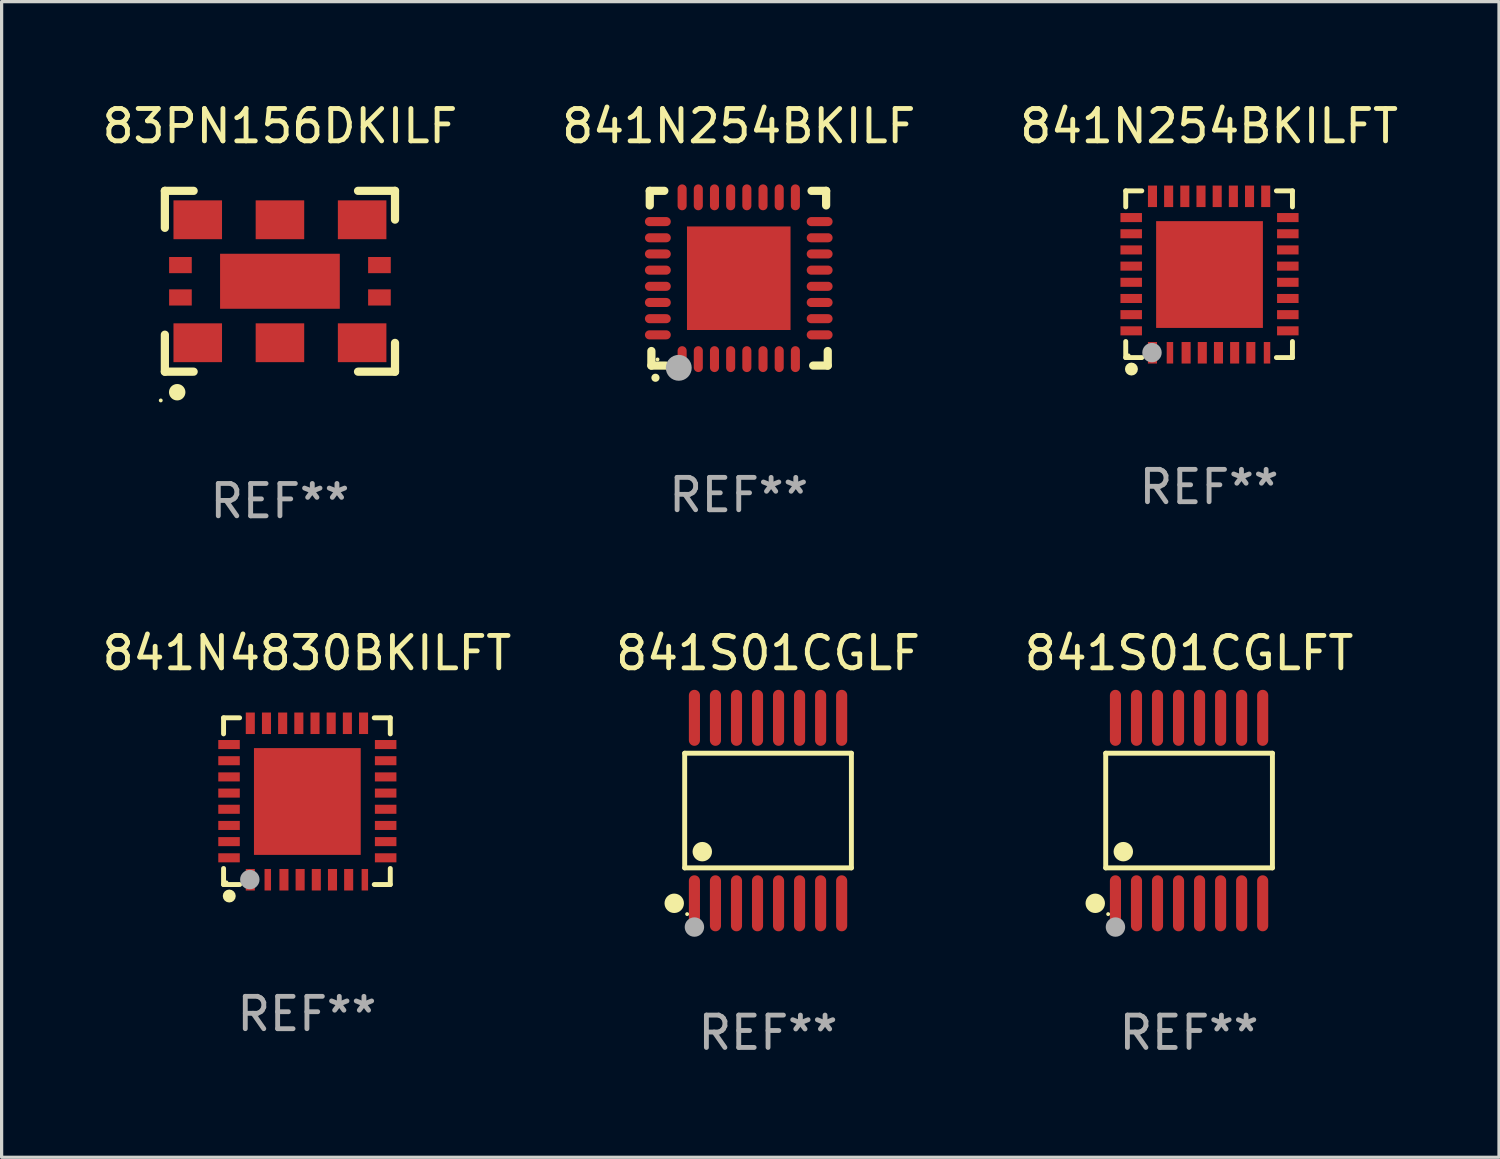
<source format=kicad_pcb>
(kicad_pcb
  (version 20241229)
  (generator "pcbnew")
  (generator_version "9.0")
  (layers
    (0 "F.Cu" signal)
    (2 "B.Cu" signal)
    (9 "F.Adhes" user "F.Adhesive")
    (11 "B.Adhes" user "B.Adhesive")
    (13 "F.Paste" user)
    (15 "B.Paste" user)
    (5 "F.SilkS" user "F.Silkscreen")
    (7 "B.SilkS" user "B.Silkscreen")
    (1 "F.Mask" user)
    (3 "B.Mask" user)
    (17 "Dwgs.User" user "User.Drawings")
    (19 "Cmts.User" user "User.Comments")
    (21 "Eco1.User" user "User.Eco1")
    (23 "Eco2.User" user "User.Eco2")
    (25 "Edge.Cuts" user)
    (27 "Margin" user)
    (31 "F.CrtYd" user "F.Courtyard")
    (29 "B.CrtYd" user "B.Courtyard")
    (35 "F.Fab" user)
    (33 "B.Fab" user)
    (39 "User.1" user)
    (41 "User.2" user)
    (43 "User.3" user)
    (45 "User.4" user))
  (footprint "841N4830BKILFT"
    (layer "F.Cu")
    (at 6.435 21.709)
    (property "Reference" "841N4830BKILFT" (at 0 -4.576 0) (layer "F.SilkS") (effects (font (size 1 1) (thickness 0.15))))
    (attr through_hole)
    (fp_line (start -2.576 -2.576) (end -2.576 -2.08) (stroke (width 0.152) (type solid)) (layer "F.SilkS"))
    (fp_line (start -2.576 2.576) (end -2.576 2.08) (stroke (width 0.152) (type solid)) (layer "F.SilkS"))
    (fp_line (start -2.08 -2.576) (end -2.576 -2.576) (stroke (width 0.152) (type solid)) (layer "F.SilkS"))
    (fp_line (start -2.08 2.576) (end -2.576 2.576) (stroke (width 0.152) (type solid)) (layer "F.SilkS"))
    (fp_line (start 2.08 -2.576) (end 2.576 -2.576) (stroke (width 0.152) (type solid)) (layer "F.SilkS"))
    (fp_line (start 2.08 2.576) (end 2.576 2.576) (stroke (width 0.152) (type solid)) (layer "F.SilkS"))
    (fp_line (start 2.576 -2.576) (end 2.576 -2.08) (stroke (width 0.152) (type solid)) (layer "F.SilkS"))
    (fp_line (start 2.576 2.576) (end 2.576 2.08) (stroke (width 0.152) (type solid)) (layer "F.SilkS"))
    (fp_circle (center -2.487 2.51) (end -2.457 2.51) (stroke (width 0.06) (type solid)) (fill no) (layer "F.SilkS"))
    (fp_circle (center -2.4 2.931) (end -2.3 2.931) (stroke (width 0.2) (type solid)) (fill no) (layer "F.SilkS"))
    (fp_circle (center -1.765 2.423) (end -1.615 2.423) (stroke (width 0.3) (type solid)) (fill no) (layer "F.Fab"))
    (fp_text user "REF**" (at 0 6.576 0) (layer "F.Fab") (effects (font (size 1 1) (thickness 0.15))))
    (pad "1" smd rect (at -1.75 2.428) (size 0.28 0.665) (layers "F.Cu" "F.Mask" "F.Paste"))
    (pad "2" smd rect (at -1.21 2.428) (size 0.2 0.665) (layers "F.Cu" "F.Mask" "F.Paste"))
    (pad "3" smd rect (at -0.71 2.428) (size 0.28 0.665) (layers "F.Cu" "F.Mask" "F.Paste"))
    (pad "4" smd rect (at -0.21 2.428) (size 0.28 0.665) (layers "F.Cu" "F.Mask" "F.Paste"))
    (pad "5" smd rect (at 0.29 2.428) (size 0.28 0.665) (layers "F.Cu" "F.Mask" "F.Paste"))
    (pad "6" smd rect (at 0.79 2.428) (size 0.28 0.665) (layers "F.Cu" "F.Mask" "F.Paste"))
    (pad "7" smd rect (at 1.29 2.428) (size 0.28 0.665) (layers "F.Cu" "F.Mask" "F.Paste"))
    (pad "8" smd rect (at 1.79 2.428) (size 0.2 0.665) (layers "F.Cu" "F.Mask" "F.Paste"))
    (pad "9" smd rect (at 2.433 1.75) (size 0.665 0.28) (layers "F.Cu" "F.Mask" "F.Paste"))
    (pad "10" smd rect (at 2.433 1.25) (size 0.665 0.28) (layers "F.Cu" "F.Mask" "F.Paste"))
    (pad "11" smd rect (at 2.433 0.75) (size 0.665 0.28) (layers "F.Cu" "F.Mask" "F.Paste"))
    (pad "12" smd rect (at 2.433 0.25) (size 0.665 0.28) (layers "F.Cu" "F.Mask" "F.Paste"))
    (pad "13" smd rect (at 2.433 -0.25) (size 0.665 0.28) (layers "F.Cu" "F.Mask" "F.Paste"))
    (pad "14" smd rect (at 2.433 -0.75) (size 0.665 0.28) (layers "F.Cu" "F.Mask" "F.Paste"))
    (pad "15" smd rect (at 2.433 -1.25) (size 0.665 0.28) (layers "F.Cu" "F.Mask" "F.Paste"))
    (pad "16" smd rect (at 2.433 -1.75) (size 0.665 0.28) (layers "F.Cu" "F.Mask" "F.Paste"))
    (pad "17" smd rect (at 1.75 -2.407) (size 0.28 0.665) (layers "F.Cu" "F.Mask" "F.Paste"))
    (pad "18" smd rect (at 1.25 -2.407) (size 0.28 0.665) (layers "F.Cu" "F.Mask" "F.Paste"))
    (pad "19" smd rect (at 0.75 -2.407) (size 0.28 0.665) (layers "F.Cu" "F.Mask" "F.Paste"))
    (pad "20" smd rect (at 0.25 -2.407) (size 0.28 0.665) (layers "F.Cu" "F.Mask" "F.Paste"))
    (pad "21" smd rect (at -0.25 -2.407) (size 0.28 0.665) (layers "F.Cu" "F.Mask" "F.Paste"))
    (pad "22" smd rect (at -0.75 -2.407) (size 0.28 0.665) (layers "F.Cu" "F.Mask" "F.Paste"))
    (pad "23" smd rect (at -1.25 -2.407) (size 0.28 0.665) (layers "F.Cu" "F.Mask" "F.Paste"))
    (pad "24" smd rect (at -1.75 -2.407) (size 0.28 0.665) (layers "F.Cu" "F.Mask" "F.Paste"))
    (pad "25" smd rect (at -2.407 -1.75) (size 0.665 0.28) (layers "F.Cu" "F.Mask" "F.Paste"))
    (pad "26" smd rect (at -2.407 -1.25) (size 0.665 0.28) (layers "F.Cu" "F.Mask" "F.Paste"))
    (pad "27" smd rect (at -2.407 -0.75) (size 0.665 0.28) (layers "F.Cu" "F.Mask" "F.Paste"))
    (pad "28" smd rect (at -2.407 -0.25) (size 0.665 0.28) (layers "F.Cu" "F.Mask" "F.Paste"))
    (pad "29" smd rect (at -2.407 0.25) (size 0.665 0.28) (layers "F.Cu" "F.Mask" "F.Paste"))
    (pad "30" smd rect (at -2.407 0.75) (size 0.665 0.28) (layers "F.Cu" "F.Mask" "F.Paste"))
    (pad "31" smd rect (at -2.407 1.25) (size 0.665 0.28) (layers "F.Cu" "F.Mask" "F.Paste"))
    (pad "32" smd rect (at -2.407 1.75) (size 0.665 0.28) (layers "F.Cu" "F.Mask" "F.Paste"))
    (pad "33" smd rect (at 0.013 0.01) (size 3.3 3.3) (layers "F.Cu" "F.Mask" "F.Paste")))
  (footprint "841N254BKILFT"
    (layer "F.Cu")
    (at 34.315 5.424)
    (property "Reference" "841N254BKILFT" (at 0 -4.576 0) (layer "F.SilkS") (effects (font (size 1 1) (thickness 0.15))))
    (attr through_hole)
    (fp_line (start -2.576 -2.576) (end -2.576 -2.08) (stroke (width 0.152) (type solid)) (layer "F.SilkS"))
    (fp_line (start -2.576 2.576) (end -2.576 2.08) (stroke (width 0.152) (type solid)) (layer "F.SilkS"))
    (fp_line (start -2.08 -2.576) (end -2.576 -2.576) (stroke (width 0.152) (type solid)) (layer "F.SilkS"))
    (fp_line (start -2.08 2.576) (end -2.576 2.576) (stroke (width 0.152) (type solid)) (layer "F.SilkS"))
    (fp_line (start 2.08 -2.576) (end 2.576 -2.576) (stroke (width 0.152) (type solid)) (layer "F.SilkS"))
    (fp_line (start 2.08 2.576) (end 2.576 2.576) (stroke (width 0.152) (type solid)) (layer "F.SilkS"))
    (fp_line (start 2.576 -2.576) (end 2.576 -2.08) (stroke (width 0.152) (type solid)) (layer "F.SilkS"))
    (fp_line (start 2.576 2.576) (end 2.576 2.08) (stroke (width 0.152) (type solid)) (layer "F.SilkS"))
    (fp_circle (center -2.487 2.51) (end -2.457 2.51) (stroke (width 0.06) (type solid)) (fill no) (layer "F.SilkS"))
    (fp_circle (center -2.4 2.931) (end -2.3 2.931) (stroke (width 0.2) (type solid)) (fill no) (layer "F.SilkS"))
    (fp_circle (center -1.765 2.423) (end -1.615 2.423) (stroke (width 0.3) (type solid)) (fill no) (layer "F.Fab"))
    (fp_text user "REF**" (at 0 6.576 0) (layer "F.Fab") (effects (font (size 1 1) (thickness 0.15))))
    (pad "1" smd rect (at -1.75 2.428) (size 0.28 0.665) (layers "F.Cu" "F.Mask" "F.Paste"))
    (pad "2" smd rect (at -1.21 2.428) (size 0.2 0.665) (layers "F.Cu" "F.Mask" "F.Paste"))
    (pad "3" smd rect (at -0.71 2.428) (size 0.28 0.665) (layers "F.Cu" "F.Mask" "F.Paste"))
    (pad "4" smd rect (at -0.21 2.428) (size 0.28 0.665) (layers "F.Cu" "F.Mask" "F.Paste"))
    (pad "5" smd rect (at 0.29 2.428) (size 0.28 0.665) (layers "F.Cu" "F.Mask" "F.Paste"))
    (pad "6" smd rect (at 0.79 2.428) (size 0.28 0.665) (layers "F.Cu" "F.Mask" "F.Paste"))
    (pad "7" smd rect (at 1.29 2.428) (size 0.28 0.665) (layers "F.Cu" "F.Mask" "F.Paste"))
    (pad "8" smd rect (at 1.79 2.428) (size 0.2 0.665) (layers "F.Cu" "F.Mask" "F.Paste"))
    (pad "9" smd rect (at 2.433 1.75) (size 0.665 0.28) (layers "F.Cu" "F.Mask" "F.Paste"))
    (pad "10" smd rect (at 2.433 1.25) (size 0.665 0.28) (layers "F.Cu" "F.Mask" "F.Paste"))
    (pad "11" smd rect (at 2.433 0.75) (size 0.665 0.28) (layers "F.Cu" "F.Mask" "F.Paste"))
    (pad "12" smd rect (at 2.433 0.25) (size 0.665 0.28) (layers "F.Cu" "F.Mask" "F.Paste"))
    (pad "13" smd rect (at 2.433 -0.25) (size 0.665 0.28) (layers "F.Cu" "F.Mask" "F.Paste"))
    (pad "14" smd rect (at 2.433 -0.75) (size 0.665 0.28) (layers "F.Cu" "F.Mask" "F.Paste"))
    (pad "15" smd rect (at 2.433 -1.25) (size 0.665 0.28) (layers "F.Cu" "F.Mask" "F.Paste"))
    (pad "16" smd rect (at 2.433 -1.75) (size 0.665 0.28) (layers "F.Cu" "F.Mask" "F.Paste"))
    (pad "17" smd rect (at 1.75 -2.407) (size 0.28 0.665) (layers "F.Cu" "F.Mask" "F.Paste"))
    (pad "18" smd rect (at 1.25 -2.407) (size 0.28 0.665) (layers "F.Cu" "F.Mask" "F.Paste"))
    (pad "19" smd rect (at 0.75 -2.407) (size 0.28 0.665) (layers "F.Cu" "F.Mask" "F.Paste"))
    (pad "20" smd rect (at 0.25 -2.407) (size 0.28 0.665) (layers "F.Cu" "F.Mask" "F.Paste"))
    (pad "21" smd rect (at -0.25 -2.407) (size 0.28 0.665) (layers "F.Cu" "F.Mask" "F.Paste"))
    (pad "22" smd rect (at -0.75 -2.407) (size 0.28 0.665) (layers "F.Cu" "F.Mask" "F.Paste"))
    (pad "23" smd rect (at -1.25 -2.407) (size 0.28 0.665) (layers "F.Cu" "F.Mask" "F.Paste"))
    (pad "24" smd rect (at -1.75 -2.407) (size 0.28 0.665) (layers "F.Cu" "F.Mask" "F.Paste"))
    (pad "25" smd rect (at -2.407 -1.75) (size 0.665 0.28) (layers "F.Cu" "F.Mask" "F.Paste"))
    (pad "26" smd rect (at -2.407 -1.25) (size 0.665 0.28) (layers "F.Cu" "F.Mask" "F.Paste"))
    (pad "27" smd rect (at -2.407 -0.75) (size 0.665 0.28) (layers "F.Cu" "F.Mask" "F.Paste"))
    (pad "28" smd rect (at -2.407 -0.25) (size 0.665 0.28) (layers "F.Cu" "F.Mask" "F.Paste"))
    (pad "29" smd rect (at -2.407 0.25) (size 0.665 0.28) (layers "F.Cu" "F.Mask" "F.Paste"))
    (pad "30" smd rect (at -2.407 0.75) (size 0.665 0.28) (layers "F.Cu" "F.Mask" "F.Paste"))
    (pad "31" smd rect (at -2.407 1.25) (size 0.665 0.28) (layers "F.Cu" "F.Mask" "F.Paste"))
    (pad "32" smd rect (at -2.407 1.75) (size 0.665 0.28) (layers "F.Cu" "F.Mask" "F.Paste"))
    (pad "33" smd rect (at 0.013 0.01) (size 3.3 3.3) (layers "F.Cu" "F.Mask" "F.Paste")))
  (footprint "841N254BKILF"
    (layer "F.Cu")
    (at 19.78 5.548)
    (property "Reference" "841N254BKILF" (at 0 -4.7 0) (layer "F.SilkS") (effects (font (size 1 1) (thickness 0.15))))
    (attr through_hole)
    (fp_line (start -2.75 -2.7) (end -2.75 -2.25) (stroke (width 0.254) (type solid)) (layer "F.SilkS"))
    (fp_line (start -2.7 2.7) (end -2.7 2.25) (stroke (width 0.254) (type solid)) (layer "F.SilkS"))
    (fp_line (start -2.3 -2.7) (end -2.75 -2.7) (stroke (width 0.254) (type solid)) (layer "F.SilkS"))
    (fp_line (start -2.25 2.7) (end -2.7 2.7) (stroke (width 0.254) (type solid)) (layer "F.SilkS"))
    (fp_line (start 2.3 2.7) (end 2.75 2.7) (stroke (width 0.254) (type solid)) (layer "F.SilkS"))
    (fp_line (start 2.7 -2.7) (end 2.25 -2.7) (stroke (width 0.254) (type solid)) (layer "F.SilkS"))
    (fp_line (start 2.7 -2.25) (end 2.7 -2.7) (stroke (width 0.254) (type solid)) (layer "F.SilkS"))
    (fp_line (start 2.75 2.7) (end 2.75 2.25) (stroke (width 0.254) (type solid)) (layer "F.SilkS"))
    (fp_arc (start -2.575565 3.075946) (mid -2.574295 3.07594) (end -2.573025 3.075946) (stroke (width 0.25) (type solid)) (layer "F.SilkS"))
    (fp_circle (center -2.51 2.51) (end -2.48 2.51) (stroke (width 0.06) (type solid)) (fill no) (layer "F.SilkS"))
    (fp_circle (center -1.854 2.769) (end -1.654 2.769) (stroke (width 0.4) (type solid)) (fill no) (layer "F.Fab"))
    (fp_text user "REF**" (at 0 6.7 0) (layer "F.Fab") (effects (font (size 1 1) (thickness 0.15))))
    (pad "1" smd oval (at -1.75 2.5) (size 0.28 0.8) (layers "F.Cu" "F.Mask" "F.Paste"))
    (pad "2" smd oval (at -1.25 2.5) (size 0.28 0.8) (layers "F.Cu" "F.Mask" "F.Paste"))
    (pad "3" smd oval (at -0.75 2.5) (size 0.28 0.8) (layers "F.Cu" "F.Mask" "F.Paste"))
    (pad "4" smd oval (at -0.25 2.5) (size 0.28 0.8) (layers "F.Cu" "F.Mask" "F.Paste"))
    (pad "5" smd oval (at 0.25 2.5) (size 0.28 0.8) (layers "F.Cu" "F.Mask" "F.Paste"))
    (pad "6" smd oval (at 0.75 2.5) (size 0.28 0.8) (layers "F.Cu" "F.Mask" "F.Paste"))
    (pad "7" smd oval (at 1.25 2.5) (size 0.28 0.8) (layers "F.Cu" "F.Mask" "F.Paste"))
    (pad "8" smd oval (at 1.75 2.5) (size 0.28 0.8) (layers "F.Cu" "F.Mask" "F.Paste"))
    (pad "9" smd oval (at 2.5 1.75 90) (size 0.28 0.8) (layers "F.Cu" "F.Mask" "F.Paste"))
    (pad "10" smd oval (at 2.5 1.25 90) (size 0.28 0.8) (layers "F.Cu" "F.Mask" "F.Paste"))
    (pad "11" smd oval (at 2.5 0.75 90) (size 0.28 0.8) (layers "F.Cu" "F.Mask" "F.Paste"))
    (pad "12" smd oval (at 2.5 0.25 90) (size 0.28 0.8) (layers "F.Cu" "F.Mask" "F.Paste"))
    (pad "13" smd oval (at 2.5 -0.25 90) (size 0.28 0.8) (layers "F.Cu" "F.Mask" "F.Paste"))
    (pad "14" smd oval (at 2.5 -0.75 90) (size 0.28 0.8) (layers "F.Cu" "F.Mask" "F.Paste"))
    (pad "15" smd oval (at 2.5 -1.25 90) (size 0.28 0.8) (layers "F.Cu" "F.Mask" "F.Paste"))
    (pad "16" smd oval (at 2.5 -1.75 90) (size 0.28 0.8) (layers "F.Cu" "F.Mask" "F.Paste"))
    (pad "17" smd oval (at 1.75 -2.5 180) (size 0.28 0.8) (layers "F.Cu" "F.Mask" "F.Paste"))
    (pad "18" smd oval (at 1.25 -2.5 180) (size 0.28 0.8) (layers "F.Cu" "F.Mask" "F.Paste"))
    (pad "19" smd oval (at 0.75 -2.5 180) (size 0.28 0.8) (layers "F.Cu" "F.Mask" "F.Paste"))
    (pad "20" smd oval (at 0.25 -2.5 180) (size 0.28 0.8) (layers "F.Cu" "F.Mask" "F.Paste"))
    (pad "21" smd oval (at -0.25 -2.5 180) (size 0.28 0.8) (layers "F.Cu" "F.Mask" "F.Paste"))
    (pad "22" smd oval (at -0.75 -2.5 180) (size 0.28 0.8) (layers "F.Cu" "F.Mask" "F.Paste"))
    (pad "23" smd oval (at -1.25 -2.5 180) (size 0.28 0.8) (layers "F.Cu" "F.Mask" "F.Paste"))
    (pad "24" smd oval (at -1.75 -2.5 180) (size 0.28 0.8) (layers "F.Cu" "F.Mask" "F.Paste"))
    (pad "25" smd oval (at -2.5 -1.75 270) (size 0.28 0.8) (layers "F.Cu" "F.Mask" "F.Paste"))
    (pad "26" smd oval (at -2.5 -1.25 270) (size 0.28 0.8) (layers "F.Cu" "F.Mask" "F.Paste"))
    (pad "27" smd oval (at -2.5 -0.75 270) (size 0.28 0.8) (layers "F.Cu" "F.Mask" "F.Paste"))
    (pad "28" smd oval (at -2.5 -0.25 270) (size 0.28 0.8) (layers "F.Cu" "F.Mask" "F.Paste"))
    (pad "29" smd oval (at -2.5 0.25 270) (size 0.28 0.8) (layers "F.Cu" "F.Mask" "F.Paste"))
    (pad "30" smd oval (at -2.5 0.75 270) (size 0.28 0.8) (layers "F.Cu" "F.Mask" "F.Paste"))
    (pad "31" smd oval (at -2.5 1.25 270) (size 0.28 0.8) (layers "F.Cu" "F.Mask" "F.Paste"))
    (pad "32" smd oval (at -2.5 1.75 270) (size 0.28 0.8) (layers "F.Cu" "F.Mask" "F.Paste"))
    (pad "33" smd rect (at 0.000076 0.000076) (size 3.2 3.2) (layers "F.Cu" "F.Mask" "F.Paste")))
  (footprint "83PN156DKILF"
    (layer "F.Cu")
    (at 5.601 5.642)
    (property "Reference" "83PN156DKILF" (at 0 -4.794 0) (layer "F.SilkS") (effects (font (size 1 1) (thickness 0.15))))
    (attr through_hole)
    (fp_line (start -3.556 -2.794) (end -2.667 -2.794) (stroke (width 0.254) (type solid)) (layer "F.SilkS"))
    (fp_line (start -3.556 -1.651) (end -3.556 -2.794) (stroke (width 0.254) (type solid)) (layer "F.SilkS"))
    (fp_line (start -3.556 1.651) (end -3.556 2.794) (stroke (width 0.254) (type solid)) (layer "F.SilkS"))
    (fp_line (start -3.556 2.794) (end -2.667 2.794) (stroke (width 0.254) (type solid)) (layer "F.SilkS"))
    (fp_line (start 2.413 -2.794) (end 3.556 -2.794) (stroke (width 0.254) (type solid)) (layer "F.SilkS"))
    (fp_line (start 2.413 2.794) (end 3.556 2.794) (stroke (width 0.254) (type solid)) (layer "F.SilkS"))
    (fp_line (start 3.556 -2.794) (end 3.556 -1.905) (stroke (width 0.254) (type solid)) (layer "F.SilkS"))
    (fp_line (start 3.556 2.794) (end 3.556 1.905) (stroke (width 0.254) (type solid)) (layer "F.SilkS"))
    (fp_circle (center -3.683 3.683) (end -3.653 3.683) (stroke (width 0.06) (type solid)) (fill no) (layer "F.SilkS"))
    (fp_circle (center -3.175 3.429) (end -3.048 3.429) (stroke (width 0.254) (type solid)) (fill no) (layer "F.SilkS"))
    (fp_text user "REF**" (at 0 6.794 0) (layer "F.Fab") (effects (font (size 1 1) (thickness 0.15))))
    (pad "1" smd rect (at -2.54 1.9 90) (size 1.2 1.5) (layers "F.Cu" "F.Mask" "F.Paste"))
    (pad "2" smd rect (at 0 1.9 90) (size 1.2 1.5) (layers "F.Cu" "F.Mask" "F.Paste"))
    (pad "3" smd rect (at 2.54 1.9 90) (size 1.2 1.5) (layers "F.Cu" "F.Mask" "F.Paste"))
    (pad "4" smd rect (at 3.075 0.5 90) (size 0.5 0.7) (layers "F.Cu" "F.Mask" "F.Paste"))
    (pad "5" smd rect (at 3.075 -0.5 90) (size 0.5 0.7) (layers "F.Cu" "F.Mask" "F.Paste"))
    (pad "6" smd rect (at 2.54 -1.9 90) (size 1.2 1.5) (layers "F.Cu" "F.Mask" "F.Paste"))
    (pad "7" smd rect (at 0 -1.9 90) (size 1.2 1.5) (layers "F.Cu" "F.Mask" "F.Paste"))
    (pad "8" smd rect (at -2.54 -1.9 90) (size 1.2 1.5) (layers "F.Cu" "F.Mask" "F.Paste"))
    (pad "9" smd rect (at -3.075 -0.5 90) (size 0.5 0.7) (layers "F.Cu" "F.Mask" "F.Paste"))
    (pad "10" smd rect (at -3.075 0.5 90) (size 0.5 0.7) (layers "F.Cu" "F.Mask" "F.Paste"))
    (pad "11" smd rect (at 0 0 90) (size 1.7 3.7) (layers "F.Cu" "F.Mask" "F.Paste")))
  (footprint "841S01CGLFT"
    (layer "F.Cu")
    (at 33.696 21.999)
    (property "Reference" "841S01CGLFT" (at 0 -4.866 0) (layer "F.SilkS") (effects (font (size 1 1) (thickness 0.15))))
    (attr through_hole)
    (fp_line (start -2.576 -1.772) (end 2.576 -1.772) (stroke (width 0.152) (type solid)) (layer "F.SilkS"))
    (fp_line (start -2.576 1.771) (end -2.576 -1.772) (stroke (width 0.152) (type solid)) (layer "F.SilkS"))
    (fp_line (start 2.576 -1.772) (end 2.576 1.771) (stroke (width 0.152) (type solid)) (layer "F.SilkS"))
    (fp_line (start 2.576 1.771) (end -2.576 1.771) (stroke (width 0.152) (type solid)) (layer "F.SilkS"))
    (fp_circle (center -2.899 2.866) (end -2.749 2.866) (stroke (width 0.3) (type solid)) (fill no) (layer "F.SilkS"))
    (fp_circle (center -2.5 3.2) (end -2.47 3.2) (stroke (width 0.06) (type solid)) (fill no) (layer "F.SilkS"))
    (fp_circle (center -2.032 1.27) (end -1.882 1.27) (stroke (width 0.3) (type solid)) (fill no) (layer "F.SilkS"))
    (fp_circle (center -2.275 3.6) (end -2.125 3.6) (stroke (width 0.3) (type solid)) (fill no) (layer "F.Fab"))
    (fp_text user "REF**" (at 0 6.866 0) (layer "F.Fab") (effects (font (size 1 1) (thickness 0.15))))
    (pad "1" smd oval (at -2.275 2.866) (size 0.343 1.731) (layers "F.Cu" "F.Mask" "F.Paste"))
    (pad "2" smd oval (at -1.625 2.866) (size 0.343 1.731) (layers "F.Cu" "F.Mask" "F.Paste"))
    (pad "3" smd oval (at -0.975 2.866) (size 0.343 1.731) (layers "F.Cu" "F.Mask" "F.Paste"))
    (pad "4" smd oval (at -0.325 2.866) (size 0.343 1.731) (layers "F.Cu" "F.Mask" "F.Paste"))
    (pad "5" smd oval (at 0.325 2.866) (size 0.343 1.731) (layers "F.Cu" "F.Mask" "F.Paste"))
    (pad "6" smd oval (at 0.975 2.866) (size 0.343 1.731) (layers "F.Cu" "F.Mask" "F.Paste"))
    (pad "7" smd oval (at 1.625 2.866) (size 0.343 1.731) (layers "F.Cu" "F.Mask" "F.Paste"))
    (pad "8" smd oval (at 2.275 2.866) (size 0.343 1.731) (layers "F.Cu" "F.Mask" "F.Paste"))
    (pad "9" smd oval (at 2.275 -2.866) (size 0.343 1.731) (layers "F.Cu" "F.Mask" "F.Paste"))
    (pad "10" smd oval (at 1.625 -2.866) (size 0.343 1.731) (layers "F.Cu" "F.Mask" "F.Paste"))
    (pad "11" smd oval (at 0.975 -2.866) (size 0.343 1.731) (layers "F.Cu" "F.Mask" "F.Paste"))
    (pad "12" smd oval (at 0.325 -2.866) (size 0.343 1.731) (layers "F.Cu" "F.Mask" "F.Paste"))
    (pad "13" smd oval (at -0.325 -2.866) (size 0.343 1.731) (layers "F.Cu" "F.Mask" "F.Paste"))
    (pad "14" smd oval (at -0.975 -2.866) (size 0.343 1.731) (layers "F.Cu" "F.Mask" "F.Paste"))
    (pad "15" smd oval (at -1.625 -2.866) (size 0.343 1.731) (layers "F.Cu" "F.Mask" "F.Paste"))
    (pad "16" smd oval (at -2.275 -2.866) (size 0.343 1.731) (layers "F.Cu" "F.Mask" "F.Paste")))
  (footprint "841S01CGLF"
    (layer "F.Cu")
    (at 20.685 21.999)
    (property "Reference" "841S01CGLF" (at 0 -4.866 0) (layer "F.SilkS") (effects (font (size 1 1) (thickness 0.15))))
    (attr through_hole)
    (fp_line (start -2.576 -1.772) (end 2.576 -1.772) (stroke (width 0.152) (type solid)) (layer "F.SilkS"))
    (fp_line (start -2.576 1.771) (end -2.576 -1.772) (stroke (width 0.152) (type solid)) (layer "F.SilkS"))
    (fp_line (start 2.576 -1.772) (end 2.576 1.771) (stroke (width 0.152) (type solid)) (layer "F.SilkS"))
    (fp_line (start 2.576 1.771) (end -2.576 1.771) (stroke (width 0.152) (type solid)) (layer "F.SilkS"))
    (fp_circle (center -2.899 2.866) (end -2.749 2.866) (stroke (width 0.3) (type solid)) (fill no) (layer "F.SilkS"))
    (fp_circle (center -2.5 3.2) (end -2.47 3.2) (stroke (width 0.06) (type solid)) (fill no) (layer "F.SilkS"))
    (fp_circle (center -2.032 1.27) (end -1.882 1.27) (stroke (width 0.3) (type solid)) (fill no) (layer "F.SilkS"))
    (fp_circle (center -2.275 3.6) (end -2.125 3.6) (stroke (width 0.3) (type solid)) (fill no) (layer "F.Fab"))
    (fp_text user "REF**" (at 0 6.866 0) (layer "F.Fab") (effects (font (size 1 1) (thickness 0.15))))
    (pad "1" smd oval (at -2.275 2.866) (size 0.343 1.731) (layers "F.Cu" "F.Mask" "F.Paste"))
    (pad "2" smd oval (at -1.625 2.866) (size 0.343 1.731) (layers "F.Cu" "F.Mask" "F.Paste"))
    (pad "3" smd oval (at -0.975 2.866) (size 0.343 1.731) (layers "F.Cu" "F.Mask" "F.Paste"))
    (pad "4" smd oval (at -0.325 2.866) (size 0.343 1.731) (layers "F.Cu" "F.Mask" "F.Paste"))
    (pad "5" smd oval (at 0.325 2.866) (size 0.343 1.731) (layers "F.Cu" "F.Mask" "F.Paste"))
    (pad "6" smd oval (at 0.975 2.866) (size 0.343 1.731) (layers "F.Cu" "F.Mask" "F.Paste"))
    (pad "7" smd oval (at 1.625 2.866) (size 0.343 1.731) (layers "F.Cu" "F.Mask" "F.Paste"))
    (pad "8" smd oval (at 2.275 2.866) (size 0.343 1.731) (layers "F.Cu" "F.Mask" "F.Paste"))
    (pad "9" smd oval (at 2.275 -2.866) (size 0.343 1.731) (layers "F.Cu" "F.Mask" "F.Paste"))
    (pad "10" smd oval (at 1.625 -2.866) (size 0.343 1.731) (layers "F.Cu" "F.Mask" "F.Paste"))
    (pad "11" smd oval (at 0.975 -2.866) (size 0.343 1.731) (layers "F.Cu" "F.Mask" "F.Paste"))
    (pad "12" smd oval (at 0.325 -2.866) (size 0.343 1.731) (layers "F.Cu" "F.Mask" "F.Paste"))
    (pad "13" smd oval (at -0.325 -2.866) (size 0.343 1.731) (layers "F.Cu" "F.Mask" "F.Paste"))
    (pad "14" smd oval (at -0.975 -2.866) (size 0.343 1.731) (layers "F.Cu" "F.Mask" "F.Paste"))
    (pad "15" smd oval (at -1.625 -2.866) (size 0.343 1.731) (layers "F.Cu" "F.Mask" "F.Paste"))
    (pad "16" smd oval (at -2.275 -2.866) (size 0.343 1.731) (layers "F.Cu" "F.Mask" "F.Paste")))
  (gr_rect
    (start -3 -3)
    (end 43.274 32.713)
    (stroke (width 0.1) (type default))
    (fill no)
    (layer "Edge.Cuts")))
</source>
